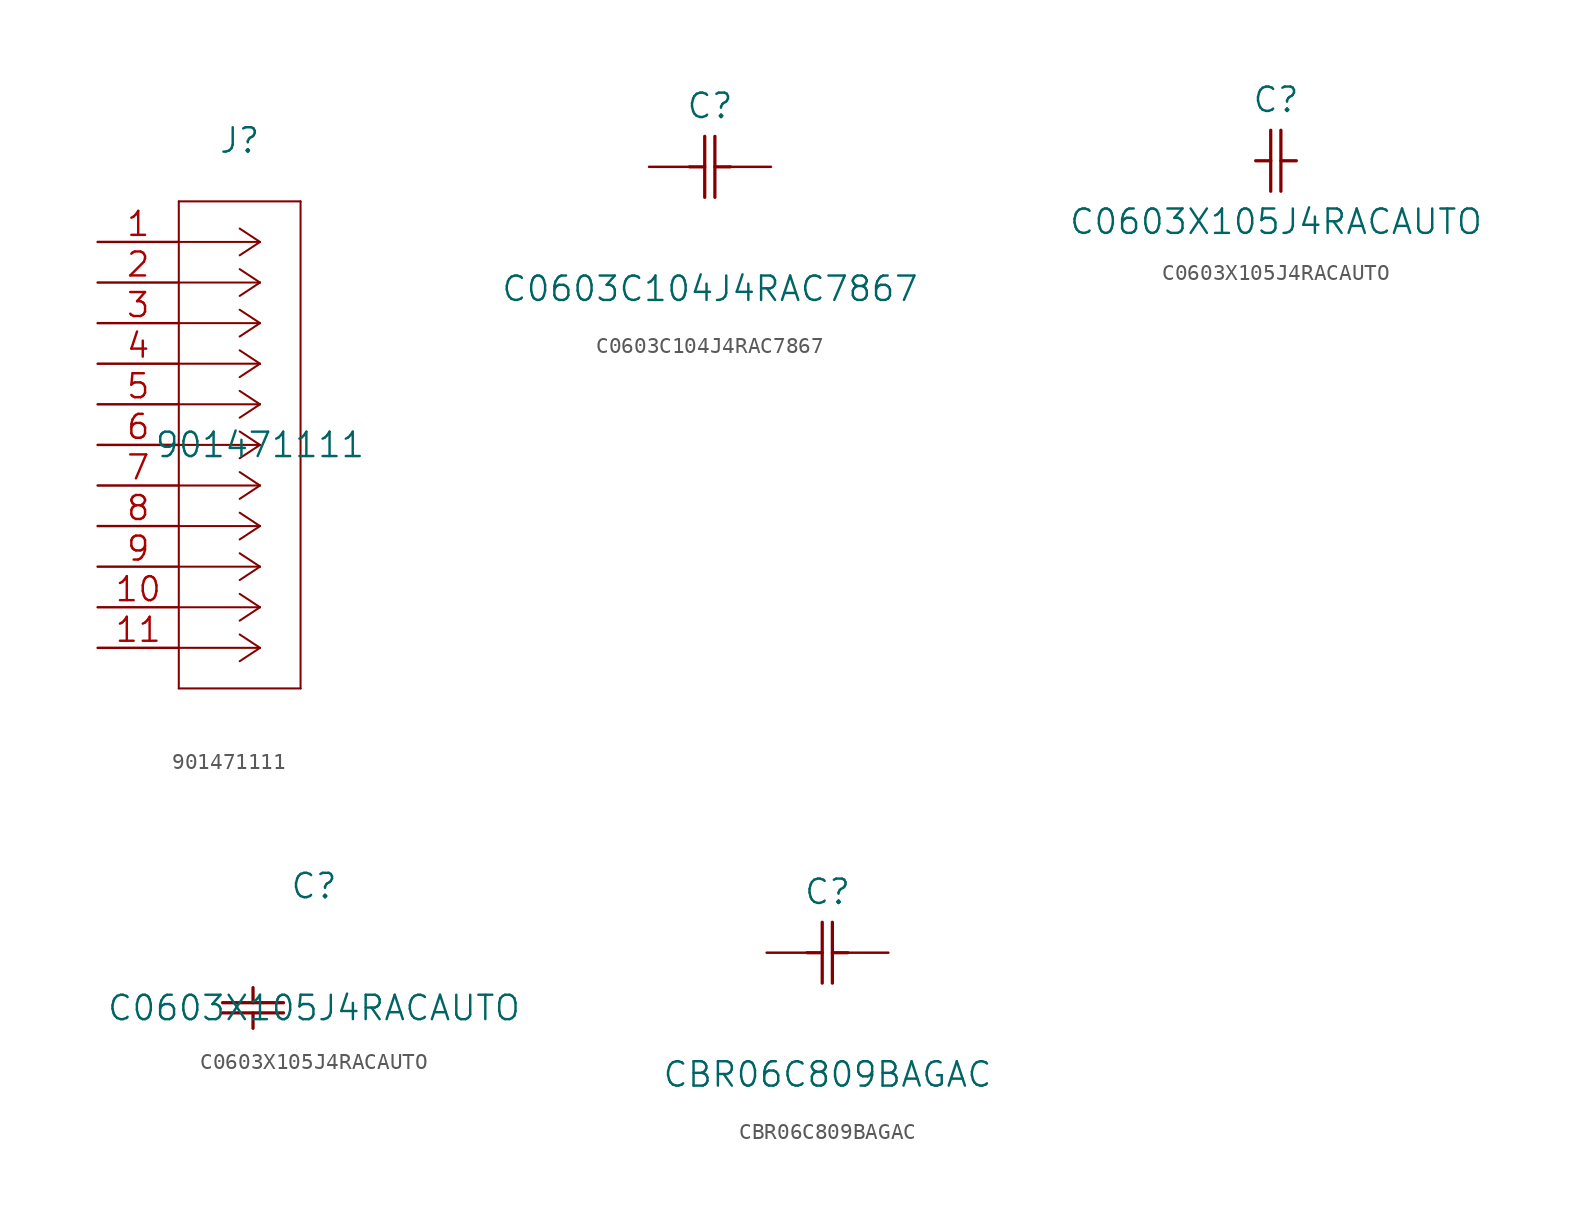
<source format=kicad_sym>
(kicad_symbol_lib
  (version 20211014)
  (generator kicad_symbol_editor)
  (symbol "901471111"
    (pin_names
      (offset 0.254) hide)
    (property "Reference" "J"
      (at 8.89 6.35 0)
      (effects (font (size 1.524 1.524))))
    (property "Value" "901471111"
      (at 10.16 -12.7 0)
      (effects (font (size 1.524 1.524))))
    (property "Datasheet" ""
      (at 0 0 0)
      (effects (font (size 1.524 1.524))))
    (property "ki_locked" ""
      (at 0 0 0)
      (effects (font (size 1.27 1.27))))
    (symbol "901471111_1_1"
      (polyline (pts (xy 5.08 -27.94) (xy 12.7 -27.94)) (stroke (width 0.127) (type default) (color 0 0 0 0)) (fill (type none)))
      (polyline (pts (xy 5.08 2.54) (xy 5.08 -27.94)) (stroke (width 0.127) (type default) (color 0 0 0 0)) (fill (type none)))
      (polyline (pts (xy 10.16 -25.4) (xy 5.08 -25.4)) (stroke (width 0.127) (type default) (color 0 0 0 0)) (fill (type none)))
      (polyline (pts (xy 10.16 -25.4) (xy 8.89 -26.238)) (stroke (width 0.127) (type default) (color 0 0 0 0)) (fill (type none)))
      (polyline (pts (xy 10.16 -25.4) (xy 8.89 -24.562)) (stroke (width 0.127) (type default) (color 0 0 0 0)) (fill (type none)))
      (polyline (pts (xy 10.16 -22.86) (xy 5.08 -22.86)) (stroke (width 0.127) (type default) (color 0 0 0 0)) (fill (type none)))
      (polyline (pts (xy 10.16 -22.86) (xy 8.89 -23.698)) (stroke (width 0.127) (type default) (color 0 0 0 0)) (fill (type none)))
      (polyline (pts (xy 10.16 -22.86) (xy 8.89 -22.022)) (stroke (width 0.127) (type default) (color 0 0 0 0)) (fill (type none)))
      (polyline (pts (xy 10.16 -20.32) (xy 5.08 -20.32)) (stroke (width 0.127) (type default) (color 0 0 0 0)) (fill (type none)))
      (polyline (pts (xy 10.16 -20.32) (xy 8.89 -21.158)) (stroke (width 0.127) (type default) (color 0 0 0 0)) (fill (type none)))
      (polyline (pts (xy 10.16 -20.32) (xy 8.89 -19.482)) (stroke (width 0.127) (type default) (color 0 0 0 0)) (fill (type none)))
      (polyline (pts (xy 10.16 -17.78) (xy 5.08 -17.78)) (stroke (width 0.127) (type default) (color 0 0 0 0)) (fill (type none)))
      (polyline (pts (xy 10.16 -17.78) (xy 8.89 -18.618)) (stroke (width 0.127) (type default) (color 0 0 0 0)) (fill (type none)))
      (polyline (pts (xy 10.16 -17.78) (xy 8.89 -16.942)) (stroke (width 0.127) (type default) (color 0 0 0 0)) (fill (type none)))
      (polyline (pts (xy 10.16 -15.24) (xy 5.08 -15.24)) (stroke (width 0.127) (type default) (color 0 0 0 0)) (fill (type none)))
      (polyline (pts (xy 10.16 -15.24) (xy 8.89 -16.078)) (stroke (width 0.127) (type default) (color 0 0 0 0)) (fill (type none)))
      (polyline (pts (xy 10.16 -15.24) (xy 8.89 -14.402)) (stroke (width 0.127) (type default) (color 0 0 0 0)) (fill (type none)))
      (polyline (pts (xy 10.16 -12.7) (xy 5.08 -12.7)) (stroke (width 0.127) (type default) (color 0 0 0 0)) (fill (type none)))
      (polyline (pts (xy 10.16 -12.7) (xy 8.89 -13.538)) (stroke (width 0.127) (type default) (color 0 0 0 0)) (fill (type none)))
      (polyline (pts (xy 10.16 -12.7) (xy 8.89 -11.862)) (stroke (width 0.127) (type default) (color 0 0 0 0)) (fill (type none)))
      (polyline (pts (xy 10.16 -10.16) (xy 5.08 -10.16)) (stroke (width 0.127) (type default) (color 0 0 0 0)) (fill (type none)))
      (polyline (pts (xy 10.16 -10.16) (xy 8.89 -10.998)) (stroke (width 0.127) (type default) (color 0 0 0 0)) (fill (type none)))
      (polyline (pts (xy 10.16 -10.16) (xy 8.89 -9.322)) (stroke (width 0.127) (type default) (color 0 0 0 0)) (fill (type none)))
      (polyline (pts (xy 10.16 -7.62) (xy 5.08 -7.62)) (stroke (width 0.127) (type default) (color 0 0 0 0)) (fill (type none)))
      (polyline (pts (xy 10.16 -7.62) (xy 8.89 -8.458)) (stroke (width 0.127) (type default) (color 0 0 0 0)) (fill (type none)))
      (polyline (pts (xy 10.16 -7.62) (xy 8.89 -6.782)) (stroke (width 0.127) (type default) (color 0 0 0 0)) (fill (type none)))
      (polyline (pts (xy 10.16 -5.08) (xy 5.08 -5.08)) (stroke (width 0.127) (type default) (color 0 0 0 0)) (fill (type none)))
      (polyline (pts (xy 10.16 -5.08) (xy 8.89 -5.918)) (stroke (width 0.127) (type default) (color 0 0 0 0)) (fill (type none)))
      (polyline (pts (xy 10.16 -5.08) (xy 8.89 -4.242)) (stroke (width 0.127) (type default) (color 0 0 0 0)) (fill (type none)))
      (polyline (pts (xy 10.16 -2.54) (xy 5.08 -2.54)) (stroke (width 0.127) (type default) (color 0 0 0 0)) (fill (type none)))
      (polyline (pts (xy 10.16 -2.54) (xy 8.89 -3.378)) (stroke (width 0.127) (type default) (color 0 0 0 0)) (fill (type none)))
      (polyline (pts (xy 10.16 -2.54) (xy 8.89 -1.702)) (stroke (width 0.127) (type default) (color 0 0 0 0)) (fill (type none)))
      (polyline (pts (xy 10.16 0) (xy 5.08 0)) (stroke (width 0.127) (type default) (color 0 0 0 0)) (fill (type none)))
      (polyline (pts (xy 10.16 0) (xy 8.89 -0.838)) (stroke (width 0.127) (type default) (color 0 0 0 0)) (fill (type none)))
      (polyline (pts (xy 10.16 0) (xy 8.89 0.838)) (stroke (width 0.127) (type default) (color 0 0 0 0)) (fill (type none)))
      (polyline (pts (xy 12.7 -27.94) (xy 12.7 2.54)) (stroke (width 0.127) (type default) (color 0 0 0 0)) (fill (type none)))
      (polyline (pts (xy 12.7 2.54) (xy 5.08 2.54)) (stroke (width 0.127) (type default) (color 0 0 0 0)) (fill (type none)))
      (pin unspecified line (at 0 0 0) (length 5.08) (name "1" (effects (font (size 1.499 1.499)))) (number "1" (effects (font (size 1.499 1.499)))))
      (pin unspecified line (at 0 -22.86 0) (length 5.08) (name "10" (effects (font (size 1.499 1.499)))) (number "10" (effects (font (size 1.499 1.499)))))
      (pin unspecified line (at 0 -25.4 0) (length 5.08) (name "11" (effects (font (size 1.499 1.499)))) (number "11" (effects (font (size 1.499 1.499)))))
      (pin unspecified line (at 0 -2.54 0) (length 5.08) (name "2" (effects (font (size 1.499 1.499)))) (number "2" (effects (font (size 1.499 1.499)))))
      (pin unspecified line (at 0 -5.08 0) (length 5.08) (name "3" (effects (font (size 1.499 1.499)))) (number "3" (effects (font (size 1.499 1.499)))))
      (pin unspecified line (at 0 -7.62 0) (length 5.08) (name "4" (effects (font (size 1.499 1.499)))) (number "4" (effects (font (size 1.499 1.499)))))
      (pin unspecified line (at 0 -10.16 0) (length 5.08) (name "5" (effects (font (size 1.499 1.499)))) (number "5" (effects (font (size 1.499 1.499)))))
      (pin unspecified line (at 0 -12.7 0) (length 5.08) (name "6" (effects (font (size 1.499 1.499)))) (number "6" (effects (font (size 1.499 1.499)))))
      (pin unspecified line (at 0 -15.24 0) (length 5.08) (name "7" (effects (font (size 1.499 1.499)))) (number "7" (effects (font (size 1.499 1.499)))))
      (pin unspecified line (at 0 -17.78 0) (length 5.08) (name "8" (effects (font (size 1.499 1.499)))) (number "8" (effects (font (size 1.499 1.499)))))
      (pin unspecified line (at 0 -20.32 0) (length 5.08) (name "9" (effects (font (size 1.499 1.499)))) (number "9" (effects (font (size 1.499 1.499)))))))
  (symbol "C0603C104J4RAC7867"
    (pin_numbers hide)
    (pin_names
      (offset 1.651) hide)
    (property "Reference" "C"
      (at 3.81 3.81 0)
      (effects (font (size 1.524 1.524))))
    (property "Value" "C0603C104J4RAC7867"
      (at 3.81 -7.62 0)
      (effects (font (size 1.524 1.524))))
    (property "Datasheet" ""
      (at 0 0 0)
      (effects (font (size 1.524 1.524))))
    (property "ki_locked" ""
      (at 0 0 0)
      (effects (font (size 1.27 1.27))))
    (symbol "C0603C104J4RAC7867_1_1"
      (polyline (pts (xy 2.54 0) (xy 3.48 0)) (stroke (width 0.203) (type default) (color 0 0 0 0)) (fill (type none)))
      (polyline (pts (xy 3.48 -1.905) (xy 3.48 1.905)) (stroke (width 0.203) (type default) (color 0 0 0 0)) (fill (type none)))
      (polyline (pts (xy 4.115 -1.905) (xy 4.115 1.905)) (stroke (width 0.203) (type default) (color 0 0 0 0)) (fill (type none)))
      (polyline (pts (xy 4.115 0) (xy 5.08 0)) (stroke (width 0.203) (type default) (color 0 0 0 0)) (fill (type none)))
      (pin unspecified line (at 0 0 0) (length 2.54) (name "1" (effects (font (size 1.499 1.499)))) (number "1" (effects (font (size 1.499 1.499)))))
      (pin unspecified line (at 7.62 0 180) (length 2.54) (name "2" (effects (font (size 1.499 1.499)))) (number "2" (effects (font (size 1.499 1.499)))))))
  (symbol "C0603X105J4RACAUTO"
    (pin_names
      (offset 0.254))
    (property "Reference" "C"
      (at 3.81 3.81 0)
      (effects (font (size 1.524 1.524))))
    (property "Value" "C0603X105J4RACAUTO"
      (at 3.81 -3.81 0)
      (effects (font (size 1.524 1.524))))
    (property "ki_locked" ""
      (at 0 0 0)
      (effects (font (size 1.27 1.27))))
    (symbol "C0603X105J4RACAUTO_1_1"
      (polyline (pts (xy 2.54 0) (xy 3.48 0)) (stroke (width 0.203) (type default) (color 0 0 0 0)) (fill (type none)))
      (polyline (pts (xy 3.48 -1.905) (xy 3.48 1.905)) (stroke (width 0.203) (type default) (color 0 0 0 0)) (fill (type none)))
      (polyline (pts (xy 4.115 -1.905) (xy 4.115 1.905)) (stroke (width 0.203) (type default) (color 0 0 0 0)) (fill (type none)))
      (polyline (pts (xy 4.115 0) (xy 5.08 0)) (stroke (width 0.203) (type default) (color 0 0 0 0)) (fill (type none))))
    (symbol "C0603X105J4RACAUTO_1_2"
      (polyline (pts (xy -1.905 -4.115) (xy 1.905 -4.115)) (stroke (width 0.203) (type default) (color 0 0 0 0)) (fill (type none)))
      (polyline (pts (xy -1.905 -3.48) (xy 1.905 -3.48)) (stroke (width 0.203) (type default) (color 0 0 0 0)) (fill (type none)))
      (polyline (pts (xy 0 -4.115) (xy 0 -5.08)) (stroke (width 0.203) (type default) (color 0 0 0 0)) (fill (type none)))
      (polyline (pts (xy 0 -2.54) (xy 0 -3.48)) (stroke (width 0.203) (type default) (color 0 0 0 0)) (fill (type none)))))
  (symbol "CBR06C809BAGAC"
    (pin_numbers hide)
    (pin_names
      (offset 1.651) hide)
    (property "Reference" "C"
      (at 3.81 3.81 0)
      (effects (font (size 1.524 1.524))))
    (property "Value" "CBR06C809BAGAC"
      (at 3.81 -7.62 0)
      (effects (font (size 1.524 1.524))))
    (property "Datasheet" ""
      (at 0 0 0)
      (effects (font (size 1.524 1.524))))
    (property "ki_locked" ""
      (at 0 0 0)
      (effects (font (size 1.27 1.27))))
    (symbol "CBR06C809BAGAC_1_1"
      (polyline (pts (xy 2.54 0) (xy 3.48 0)) (stroke (width 0.203) (type default) (color 0 0 0 0)) (fill (type none)))
      (polyline (pts (xy 3.48 -1.905) (xy 3.48 1.905)) (stroke (width 0.203) (type default) (color 0 0 0 0)) (fill (type none)))
      (polyline (pts (xy 4.115 -1.905) (xy 4.115 1.905)) (stroke (width 0.203) (type default) (color 0 0 0 0)) (fill (type none)))
      (polyline (pts (xy 4.115 0) (xy 5.08 0)) (stroke (width 0.203) (type default) (color 0 0 0 0)) (fill (type none)))
      (pin unspecified line (at 0 0 0) (length 2.54) (name "1" (effects (font (size 1.499 1.499)))) (number "1" (effects (font (size 1.499 1.499)))))
      (pin unspecified line (at 7.62 0 180) (length 2.54) (name "2" (effects (font (size 1.499 1.499)))) (number "2" (effects (font (size 1.499 1.499))))))))
</source>
